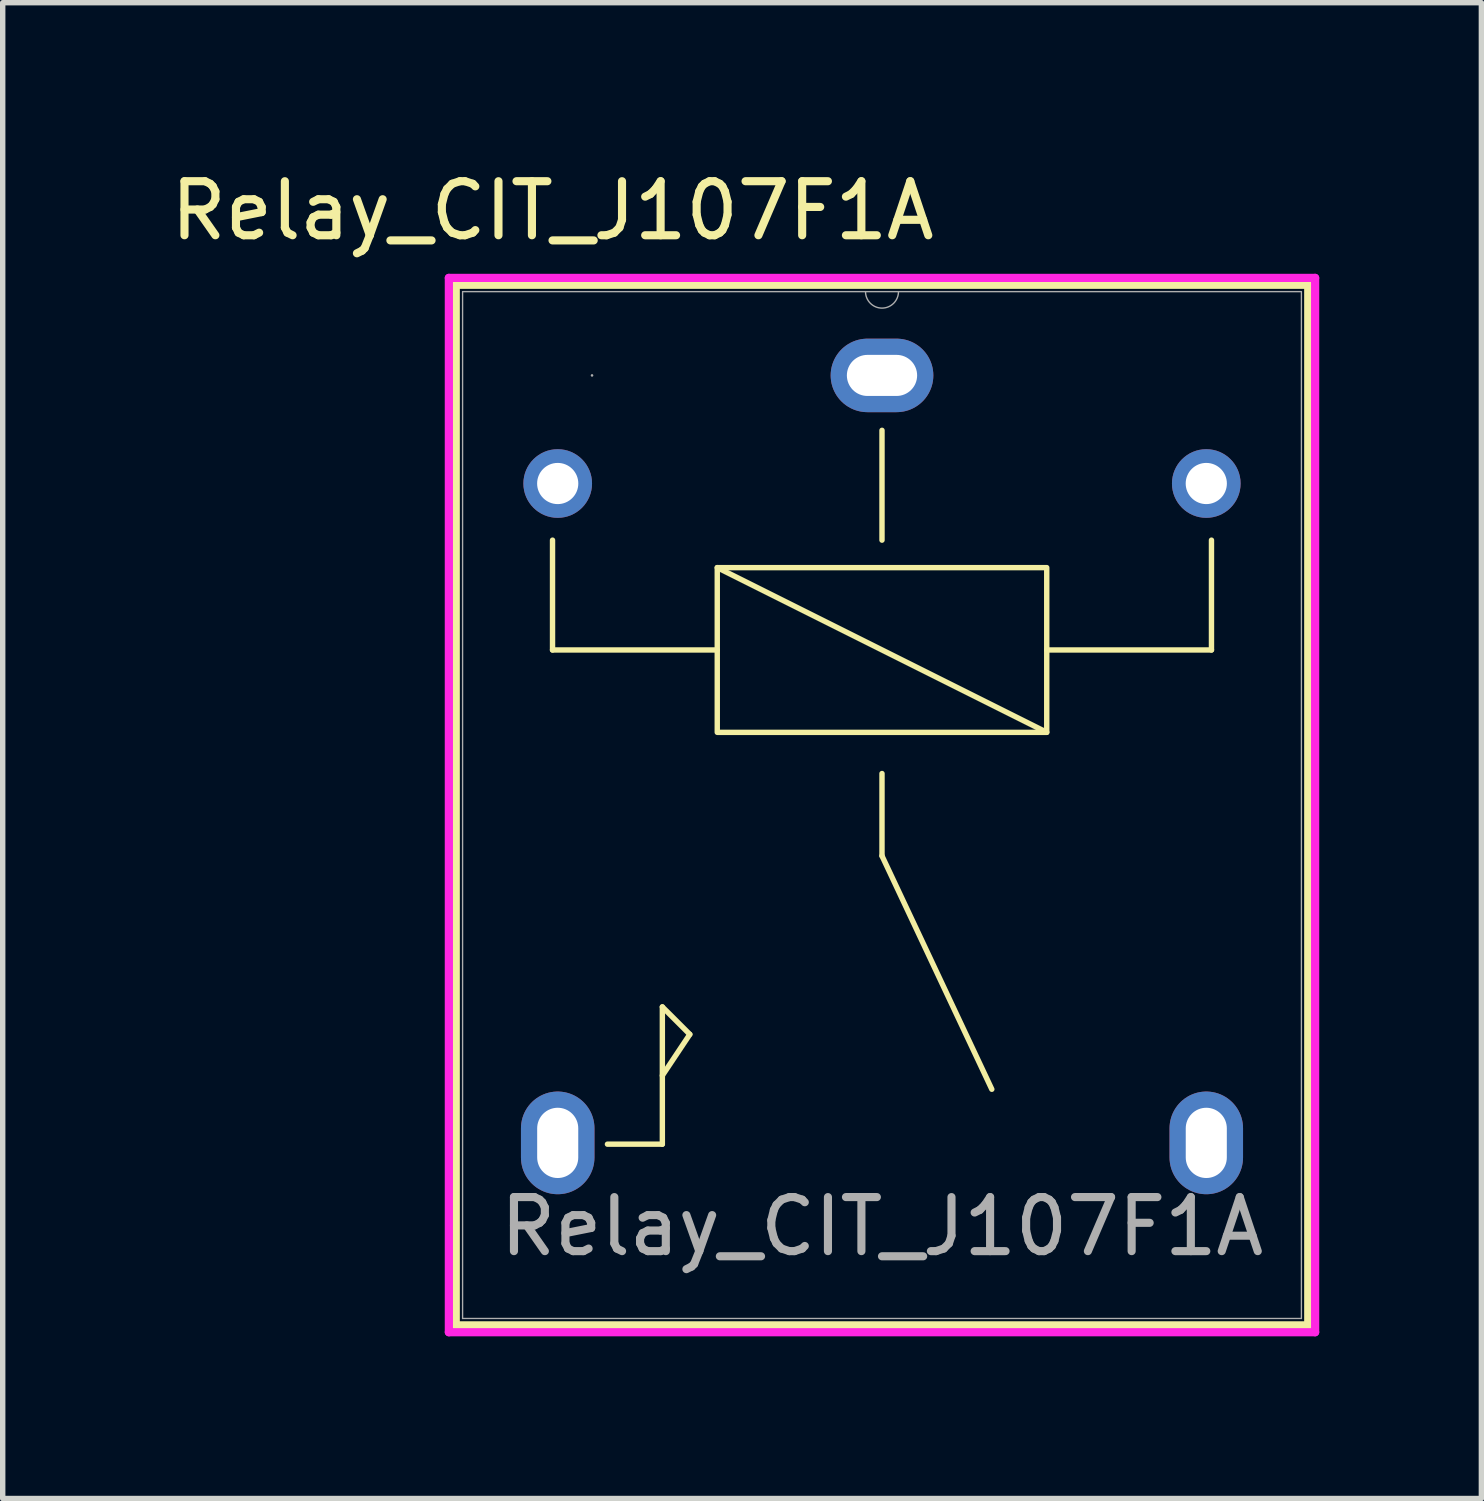
<source format=kicad_pcb>
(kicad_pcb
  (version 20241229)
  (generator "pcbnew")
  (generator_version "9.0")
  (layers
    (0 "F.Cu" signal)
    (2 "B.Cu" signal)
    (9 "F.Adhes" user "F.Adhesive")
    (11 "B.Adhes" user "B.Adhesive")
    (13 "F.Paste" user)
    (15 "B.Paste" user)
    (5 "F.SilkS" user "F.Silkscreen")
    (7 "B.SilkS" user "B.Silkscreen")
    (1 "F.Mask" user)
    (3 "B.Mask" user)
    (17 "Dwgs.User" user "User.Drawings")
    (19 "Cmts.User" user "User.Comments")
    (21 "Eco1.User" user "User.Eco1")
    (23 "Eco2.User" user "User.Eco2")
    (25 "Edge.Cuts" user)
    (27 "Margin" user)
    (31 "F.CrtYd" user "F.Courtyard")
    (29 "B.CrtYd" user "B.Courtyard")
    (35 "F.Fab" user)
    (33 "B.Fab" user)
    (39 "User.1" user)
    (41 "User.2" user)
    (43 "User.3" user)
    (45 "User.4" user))
  (footprint "Relay_CIT_J107F1A"
    (layer "F.Cu")
    (at 13.269 3.896)
    (property "Reference" "Relay_CIT_J107F1A" (at -6.096 -3.048 0) (unlocked yes) (layer "F.SilkS") (effects (font (size 1 1) (thickness 0.15))))
    (attr through_hole)
    (fp_line (start -7.887 -1.677) (end -7.887 17.576) (stroke (width 0.152) (type solid)) (layer "F.SilkS"))
    (fp_line (start -7.887 17.576) (end 7.887 17.576) (stroke (width 0.152) (type solid)) (layer "F.SilkS"))
    (fp_line (start -6.096 5.08) (end -6.096 3.048) (stroke (width 0.1) (type default)) (layer "F.SilkS"))
    (fp_line (start -5.08 14.224) (end -4.064 14.224) (stroke (width 0.1) (type default)) (layer "F.SilkS"))
    (fp_line (start -4.064 11.684) (end -3.556 12.192) (stroke (width 0.1) (type default)) (layer "F.SilkS"))
    (fp_line (start -4.064 14.224) (end -4.064 11.684) (stroke (width 0.1) (type default)) (layer "F.SilkS"))
    (fp_line (start -3.556 12.192) (end -4.064 12.954) (stroke (width 0.1) (type default)) (layer "F.SilkS"))
    (fp_line (start -3.048 3.556) (end 3.048 6.604) (stroke (width 0.1) (type default)) (layer "F.SilkS"))
    (fp_line (start -3.048 5.08) (end -6.096 5.08) (stroke (width 0.1) (type default)) (layer "F.SilkS"))
    (fp_line (start 0 1.016) (end 0 3.048) (stroke (width 0.1) (type default)) (layer "F.SilkS"))
    (fp_line (start 0 7.366) (end 0 8.89) (stroke (width 0.1) (type default)) (layer "F.SilkS"))
    (fp_line (start 0 8.89) (end 2.032 13.208) (stroke (width 0.1) (type default)) (layer "F.SilkS"))
    (fp_line (start 3.048 5.08) (end 6.096 5.08) (stroke (width 0.1) (type default)) (layer "F.SilkS"))
    (fp_line (start 6.096 5.08) (end 6.096 3.048) (stroke (width 0.1) (type default)) (layer "F.SilkS"))
    (fp_line (start 7.887 -1.677) (end -7.887 -1.677) (stroke (width 0.152) (type solid)) (layer "F.SilkS"))
    (fp_line (start 7.887 17.576) (end 7.887 -1.677) (stroke (width 0.152) (type solid)) (layer "F.SilkS"))
    (fp_rect (start -3.048 3.556) (end 3.048 6.604) (stroke (width 0.1) (type default)) (fill no) (layer "F.SilkS"))
    (fp_line (start -8.014 -1.804) (end 8.014 -1.804) (stroke (width 0.152) (type solid)) (layer "F.CrtYd"))
    (fp_line (start -8.014 17.703) (end -8.014 -1.804) (stroke (width 0.152) (type solid)) (layer "F.CrtYd"))
    (fp_line (start 8.014 -1.804) (end 8.014 17.703) (stroke (width 0.152) (type solid)) (layer "F.CrtYd"))
    (fp_line (start 8.014 17.703) (end -8.014 17.703) (stroke (width 0.152) (type solid)) (layer "F.CrtYd"))
    (fp_line (start -7.76 -1.55) (end -7.76 17.449) (stroke (width 0.025) (type solid)) (layer "F.Fab"))
    (fp_line (start -7.76 17.449) (end 7.76 17.449) (stroke (width 0.025) (type solid)) (layer "F.Fab"))
    (fp_line (start 7.76 -1.55) (end -7.76 -1.55) (stroke (width 0.025) (type solid)) (layer "F.Fab"))
    (fp_line (start 7.76 17.449) (end 7.76 -1.55) (stroke (width 0.025) (type solid)) (layer "F.Fab"))
    (fp_arc (start 0.3048 -1.55) (mid 0 -1.2452) (end -0.3048 -1.55) (stroke (width 0.0254) (type solid)) (layer "F.Fab"))
    (fp_circle (center -5.365 0) (end -5.365 0) (stroke (width 0.025) (type solid)) (fill no) (layer "F.Fab"))
    (fp_text user "${REFERENCE}" (at 0 15.748 0) (unlocked yes) (layer "F.Fab") (effects (font (size 1 1) (thickness 0.15))))
    (pad "" np_thru_hole oval (at 6 14.2 90) (size 1.9 1.36) (drill oval 1.3 0.76) (layers "*.Cu" "*.Mask"))
    (pad "13" thru_hole oval (at 0 0 180) (size 1.9 1.36) (drill oval 1.3 0.76) (layers "*.Cu" "*.Mask"))
    (pad "14" thru_hole oval (at -6 14.2 90) (size 1.9 1.36) (drill oval 1.3 0.76) (layers "*.Cu" "*.Mask"))
    (pad "A1" thru_hole circle (at 6 2) (size 1.27 1.27) (drill 0.762) (layers "*.Cu" "*.Mask"))
    (pad "A2" thru_hole circle (at -6 2) (size 1.27 1.27) (drill 0.762) (layers "*.Cu" "*.Mask")))
  (gr_rect
    (start -3 -3)
    (end 24.359 24.676)
    (stroke (width 0.1) (type default))
    (fill no)
    (layer "Edge.Cuts")))
</source>
